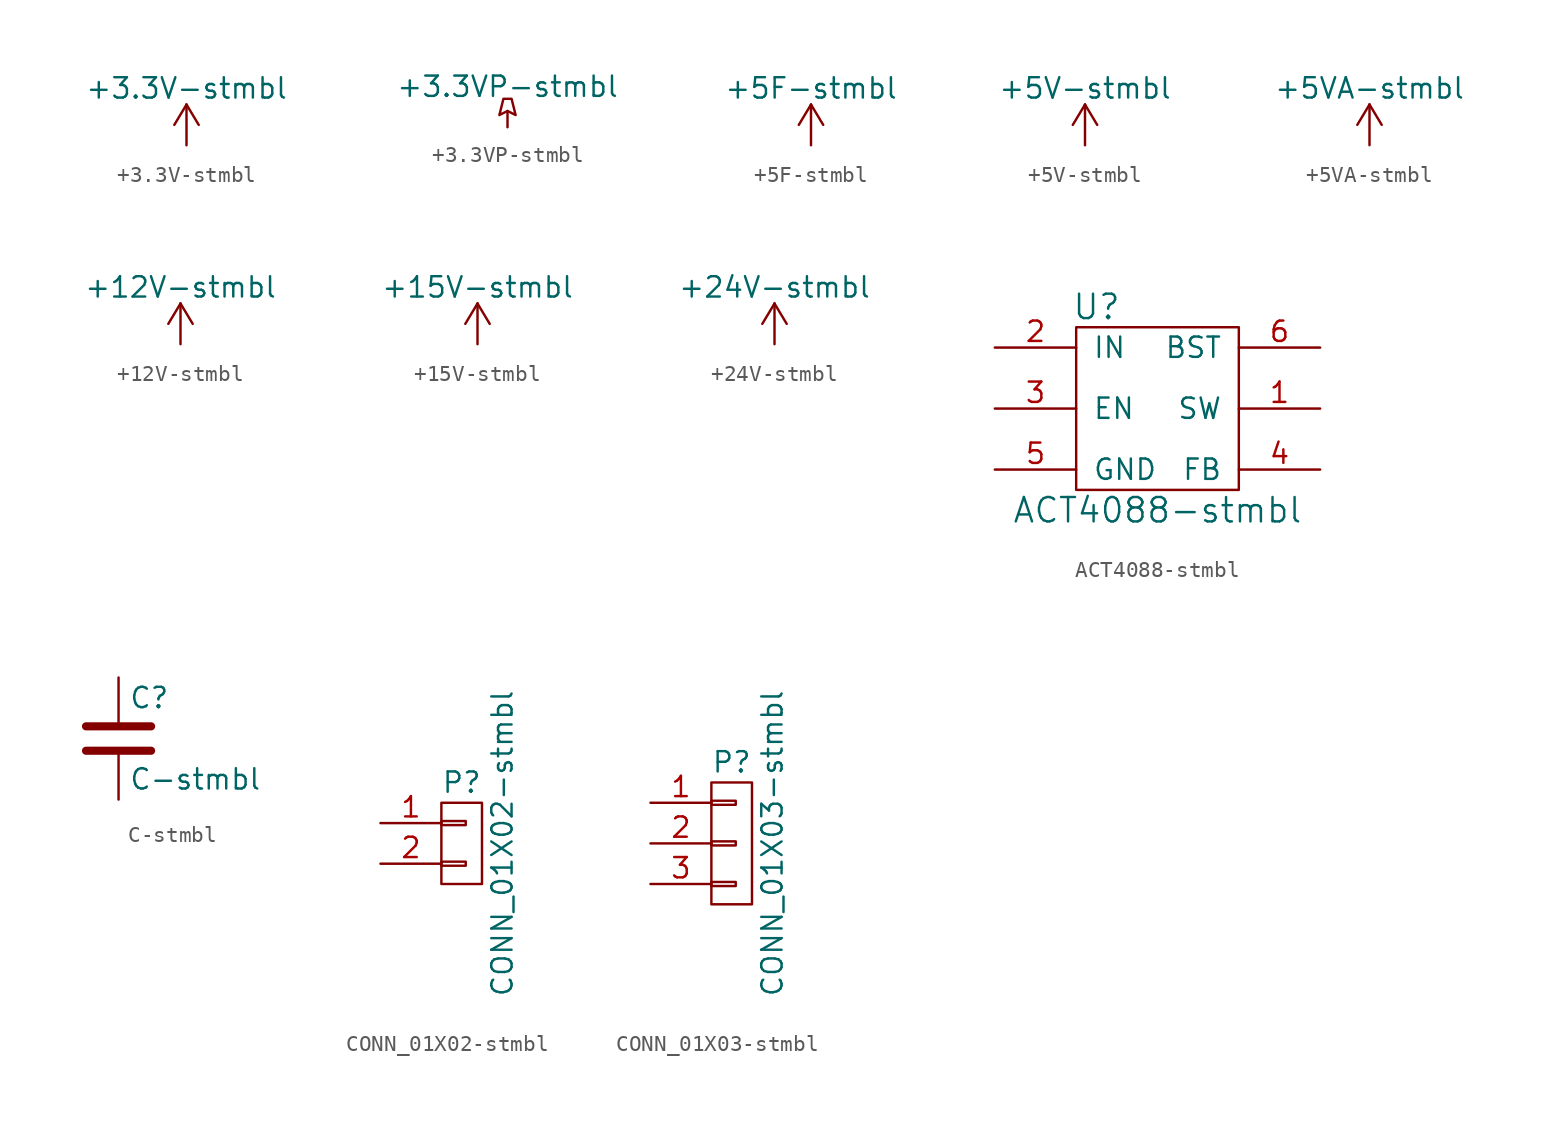
<source format=kicad_sym>
(kicad_symbol_lib
  (version 20211014)
  (generator kicad_symbol_editor)
  (symbol "+3.3V-stmbl"
    (power)
    (pin_names
      (offset 0))
    (property "Reference" "#PWR"
      (at 0 -3.81 0)
      (effects (font (size 1.27 1.27)) hide))
    (property "Value" "+3.3V-stmbl"
      (at 0 3.556 0)
      (effects (font (size 1.27 1.27))))
    (property "Footprint" ""
      (at 0 0 0)
      (effects (font (size 1.27 1.27))))
    (property "Datasheet" ""
      (at 0 0 0)
      (effects (font (size 1.27 1.27))))
    (symbol "+3.3V-stmbl_0_1"
      (polyline (pts (xy -0.762 1.27) (xy 0 2.54)) (stroke (width 0) (type default) (color 0 0 0 0)) (fill (type none)))
      (polyline (pts (xy 0 0) (xy 0 2.54)) (stroke (width 0) (type default) (color 0 0 0 0)) (fill (type none)))
      (polyline (pts (xy 0 2.54) (xy 0.762 1.27)) (stroke (width 0) (type default) (color 0 0 0 0)) (fill (type none))))
    (symbol "+3.3V-stmbl_1_1"
      (pin power_in line (at 0 0 90) (length 0) hide (name "+3V3" (effects (font (size 1.27 1.27)))) (number "1" (effects (font (size 1.27 1.27)))))))
  (symbol "+3.3VP-stmbl"
    (power)
    (pin_names
      (offset 0))
    (property "Reference" "#PWR"
      (at 3.81 -1.27 0)
      (effects (font (size 1.27 1.27)) hide))
    (property "Value" "+3.3VP-stmbl"
      (at 0 2.54 0)
      (effects (font (size 1.27 1.27))))
    (property "Footprint" ""
      (at 0 0 0)
      (effects (font (size 1.27 1.27))))
    (property "Datasheet" ""
      (at 0 0 0)
      (effects (font (size 1.27 1.27))))
    (symbol "+3.3VP-stmbl_0_0"
      (pin power_in line (at 0 0 90) (length 0) hide (name "+3.3VP" (effects (font (size 1.27 1.27)))) (number "1" (effects (font (size 1.27 1.27))))))
    (symbol "+3.3VP-stmbl_0_1"
      (polyline (pts (xy 0 0) (xy 0 1.016) (xy 0 1.016)) (stroke (width 0) (type default) (color 0 0 0 0)) (fill (type none)))
      (polyline (pts (xy 0.508 0.762) (xy 0 1.016) (xy -0.508 0.762) (xy -0.254 1.778) (xy 0.254 1.778) (xy 0.508 0.762) (xy 0.508 0.762)) (stroke (width 0) (type default) (color 0 0 0 0)) (fill (type none)))))
  (symbol "+5F-stmbl"
    (power)
    (pin_names
      (offset 0))
    (property "Reference" "#PWR"
      (at 0 -3.81 0)
      (effects (font (size 1.27 1.27)) hide))
    (property "Value" "+5F-stmbl"
      (at 0 3.556 0)
      (effects (font (size 1.27 1.27))))
    (property "Footprint" ""
      (at 0 0 0)
      (effects (font (size 1.27 1.27))))
    (property "Datasheet" ""
      (at 0 0 0)
      (effects (font (size 1.27 1.27))))
    (symbol "+5F-stmbl_0_1"
      (polyline (pts (xy -0.762 1.27) (xy 0 2.54)) (stroke (width 0) (type default) (color 0 0 0 0)) (fill (type none)))
      (polyline (pts (xy 0 0) (xy 0 2.54)) (stroke (width 0) (type default) (color 0 0 0 0)) (fill (type none)))
      (polyline (pts (xy 0 2.54) (xy 0.762 1.27)) (stroke (width 0) (type default) (color 0 0 0 0)) (fill (type none))))
    (symbol "+5F-stmbl_1_1"
      (pin power_in line (at 0 0 90) (length 0) hide (name "+5F" (effects (font (size 1.27 1.27)))) (number "1" (effects (font (size 1.27 1.27)))))))
  (symbol "+5V-stmbl"
    (power)
    (pin_names
      (offset 0))
    (property "Reference" "#PWR"
      (at 0 -3.81 0)
      (effects (font (size 1.27 1.27)) hide))
    (property "Value" "+5V-stmbl"
      (at 0 3.556 0)
      (effects (font (size 1.27 1.27))))
    (property "Footprint" ""
      (at 0 0 0)
      (effects (font (size 1.27 1.27))))
    (property "Datasheet" ""
      (at 0 0 0)
      (effects (font (size 1.27 1.27))))
    (symbol "+5V-stmbl_0_1"
      (polyline (pts (xy -0.762 1.27) (xy 0 2.54)) (stroke (width 0) (type default) (color 0 0 0 0)) (fill (type none)))
      (polyline (pts (xy 0 0) (xy 0 2.54)) (stroke (width 0) (type default) (color 0 0 0 0)) (fill (type none)))
      (polyline (pts (xy 0 2.54) (xy 0.762 1.27)) (stroke (width 0) (type default) (color 0 0 0 0)) (fill (type none))))
    (symbol "+5V-stmbl_1_1"
      (pin power_in line (at 0 0 90) (length 0) hide (name "+5V" (effects (font (size 1.27 1.27)))) (number "1" (effects (font (size 1.27 1.27)))))))
  (symbol "+5VA-stmbl"
    (power)
    (pin_names
      (offset 0))
    (property "Reference" "#PWR"
      (at 0 -3.81 0)
      (effects (font (size 1.27 1.27)) hide))
    (property "Value" "+5VA-stmbl"
      (at 0 3.556 0)
      (effects (font (size 1.27 1.27))))
    (property "Footprint" ""
      (at 0 0 0)
      (effects (font (size 1.27 1.27))))
    (property "Datasheet" ""
      (at 0 0 0)
      (effects (font (size 1.27 1.27))))
    (symbol "+5VA-stmbl_0_1"
      (polyline (pts (xy -0.762 1.27) (xy 0 2.54)) (stroke (width 0) (type default) (color 0 0 0 0)) (fill (type none)))
      (polyline (pts (xy 0 0) (xy 0 2.54)) (stroke (width 0) (type default) (color 0 0 0 0)) (fill (type none)))
      (polyline (pts (xy 0 2.54) (xy 0.762 1.27)) (stroke (width 0) (type default) (color 0 0 0 0)) (fill (type none))))
    (symbol "+5VA-stmbl_1_1"
      (pin power_in line (at 0 0 90) (length 0) hide (name "+5VA" (effects (font (size 1.27 1.27)))) (number "1" (effects (font (size 1.27 1.27)))))))
  (symbol "+12V-stmbl"
    (power)
    (pin_names
      (offset 0))
    (property "Reference" "#PWR"
      (at 0 -3.81 0)
      (effects (font (size 1.27 1.27)) hide))
    (property "Value" "+12V-stmbl"
      (at 0 3.556 0)
      (effects (font (size 1.27 1.27))))
    (property "Footprint" ""
      (at 0 0 0)
      (effects (font (size 1.27 1.27))))
    (property "Datasheet" ""
      (at 0 0 0)
      (effects (font (size 1.27 1.27))))
    (symbol "+12V-stmbl_0_1"
      (polyline (pts (xy -0.762 1.27) (xy 0 2.54)) (stroke (width 0) (type default) (color 0 0 0 0)) (fill (type none)))
      (polyline (pts (xy 0 0) (xy 0 2.54)) (stroke (width 0) (type default) (color 0 0 0 0)) (fill (type none)))
      (polyline (pts (xy 0 2.54) (xy 0.762 1.27)) (stroke (width 0) (type default) (color 0 0 0 0)) (fill (type none))))
    (symbol "+12V-stmbl_1_1"
      (pin power_in line (at 0 0 90) (length 0) hide (name "+12V" (effects (font (size 1.27 1.27)))) (number "1" (effects (font (size 1.27 1.27)))))))
  (symbol "+15V-stmbl"
    (power)
    (pin_names
      (offset 0))
    (property "Reference" "#PWR"
      (at 0 -3.81 0)
      (effects (font (size 1.27 1.27)) hide))
    (property "Value" "+15V-stmbl"
      (at 0 3.556 0)
      (effects (font (size 1.27 1.27))))
    (property "Footprint" ""
      (at 0 0 0)
      (effects (font (size 1.27 1.27))))
    (property "Datasheet" ""
      (at 0 0 0)
      (effects (font (size 1.27 1.27))))
    (symbol "+15V-stmbl_0_1"
      (polyline (pts (xy -0.762 1.27) (xy 0 2.54)) (stroke (width 0) (type default) (color 0 0 0 0)) (fill (type none)))
      (polyline (pts (xy 0 0) (xy 0 2.54)) (stroke (width 0) (type default) (color 0 0 0 0)) (fill (type none)))
      (polyline (pts (xy 0 2.54) (xy 0.762 1.27)) (stroke (width 0) (type default) (color 0 0 0 0)) (fill (type none))))
    (symbol "+15V-stmbl_1_1"
      (pin power_in line (at 0 0 90) (length 0) hide (name "+15V" (effects (font (size 1.27 1.27)))) (number "1" (effects (font (size 1.27 1.27)))))))
  (symbol "+24V-stmbl"
    (power)
    (pin_names
      (offset 0))
    (property "Reference" "#PWR"
      (at 0 -3.81 0)
      (effects (font (size 1.27 1.27)) hide))
    (property "Value" "+24V-stmbl"
      (at 0 3.556 0)
      (effects (font (size 1.27 1.27))))
    (property "Footprint" ""
      (at 0 0 0)
      (effects (font (size 1.27 1.27))))
    (property "Datasheet" ""
      (at 0 0 0)
      (effects (font (size 1.27 1.27))))
    (symbol "+24V-stmbl_0_1"
      (polyline (pts (xy -0.762 1.27) (xy 0 2.54)) (stroke (width 0) (type default) (color 0 0 0 0)) (fill (type none)))
      (polyline (pts (xy 0 0) (xy 0 2.54)) (stroke (width 0) (type default) (color 0 0 0 0)) (fill (type none)))
      (polyline (pts (xy 0 2.54) (xy 0.762 1.27)) (stroke (width 0) (type default) (color 0 0 0 0)) (fill (type none))))
    (symbol "+24V-stmbl_1_1"
      (pin power_in line (at 0 0 90) (length 0) hide (name "+24V" (effects (font (size 1.27 1.27)))) (number "1" (effects (font (size 1.27 1.27)))))))
  (symbol "ACT4088-stmbl"
    (pin_names
      (offset 1.016))
    (property "Reference" "U"
      (at -3.81 6.35 0)
      (effects (font (size 1.524 1.524))))
    (property "Value" "ACT4088-stmbl"
      (at 0 -6.35 0)
      (effects (font (size 1.524 1.524))))
    (property "Footprint" ""
      (at 0 0 0)
      (effects (font (size 1.524 1.524))))
    (property "Datasheet" ""
      (at 0 0 0)
      (effects (font (size 1.524 1.524))))
    (symbol "ACT4088-stmbl_0_1"
      (rectangle (start -5.08 5.08) (end 5.08 -5.08) (stroke (width 0) (type default) (color 0 0 0 0)) (fill (type none))))
    (symbol "ACT4088-stmbl_1_1"
      (pin power_out line (at 10.16 0 180) (length 5.08) (name "SW" (effects (font (size 1.27 1.27)))) (number "1" (effects (font (size 1.27 1.27)))))
      (pin power_in line (at -10.16 3.81 0) (length 5.08) (name "IN" (effects (font (size 1.27 1.27)))) (number "2" (effects (font (size 1.27 1.27)))))
      (pin input line (at -10.16 0 0) (length 5.08) (name "EN" (effects (font (size 1.27 1.27)))) (number "3" (effects (font (size 1.27 1.27)))))
      (pin input line (at 10.16 -3.81 180) (length 5.08) (name "FB" (effects (font (size 1.27 1.27)))) (number "4" (effects (font (size 1.27 1.27)))))
      (pin power_in line (at -10.16 -3.81 0) (length 5.08) (name "GND" (effects (font (size 1.27 1.27)))) (number "5" (effects (font (size 1.27 1.27)))))
      (pin power_in line (at 10.16 3.81 180) (length 5.08) (name "BST" (effects (font (size 1.27 1.27)))) (number "6" (effects (font (size 1.27 1.27)))))))
  (symbol "C-stmbl"
    (pin_numbers hide)
    (pin_names
      (offset 0.254))
    (property "Reference" "C"
      (at 0.635 2.54 0)
      (effects (font (size 1.27 1.27)) (justify left)))
    (property "Value" "C-stmbl"
      (at 0.635 -2.54 0)
      (effects (font (size 1.27 1.27)) (justify left)))
    (property "Footprint" ""
      (at 0.965 -3.81 0)
      (effects (font (size 1.27 1.27))))
    (property "Datasheet" ""
      (at 0 0 0)
      (effects (font (size 1.27 1.27))))
    (symbol "C-stmbl_0_1"
      (polyline (pts (xy -2.032 -0.762) (xy 2.032 -0.762)) (stroke (width 0.508) (type default) (color 0 0 0 0)) (fill (type none)))
      (polyline (pts (xy -2.032 0.762) (xy 2.032 0.762)) (stroke (width 0.508) (type default) (color 0 0 0 0)) (fill (type none))))
    (symbol "C-stmbl_1_1"
      (pin passive line (at 0 3.81 270) (length 2.794) (name "~" (effects (font (size 1.016 1.016)))) (number "1" (effects (font (size 1.016 1.016)))))
      (pin passive line (at 0 -3.81 90) (length 2.794) (name "~" (effects (font (size 1.016 1.016)))) (number "2" (effects (font (size 1.016 1.016)))))))
  (symbol "CONN_01X02-stmbl"
    (pin_names
      (offset 1.016) hide)
    (property "Reference" "P"
      (at 0 3.81 0)
      (effects (font (size 1.27 1.27))))
    (property "Value" "CONN_01X02-stmbl"
      (at 2.54 0 90)
      (effects (font (size 1.27 1.27))))
    (property "Footprint" ""
      (at 0 0 0)
      (effects (font (size 1.27 1.27))))
    (property "Datasheet" ""
      (at 0 0 0)
      (effects (font (size 1.27 1.27))))
    (symbol "CONN_01X02-stmbl_0_1"
      (rectangle (start -1.27 -1.143) (end 0.254 -1.397) (stroke (width 0) (type default) (color 0 0 0 0)) (fill (type none)))
      (rectangle (start -1.27 1.397) (end 0.254 1.143) (stroke (width 0) (type default) (color 0 0 0 0)) (fill (type none)))
      (rectangle (start -1.27 2.54) (end 1.27 -2.54) (stroke (width 0) (type default) (color 0 0 0 0)) (fill (type none))))
    (symbol "CONN_01X02-stmbl_1_1"
      (pin passive line (at -5.08 1.27 0) (length 3.81) (name "P1" (effects (font (size 1.27 1.27)))) (number "1" (effects (font (size 1.27 1.27)))))
      (pin passive line (at -5.08 -1.27 0) (length 3.81) (name "P2" (effects (font (size 1.27 1.27)))) (number "2" (effects (font (size 1.27 1.27)))))))
  (symbol "CONN_01X03-stmbl"
    (pin_names
      (offset 1.016) hide)
    (property "Reference" "P"
      (at 0 5.08 0)
      (effects (font (size 1.27 1.27))))
    (property "Value" "CONN_01X03-stmbl"
      (at 2.54 0 90)
      (effects (font (size 1.27 1.27))))
    (property "Footprint" ""
      (at 0 0 0)
      (effects (font (size 1.27 1.27))))
    (property "Datasheet" ""
      (at 0 0 0)
      (effects (font (size 1.27 1.27))))
    (symbol "CONN_01X03-stmbl_0_1"
      (rectangle (start -1.27 -2.413) (end 0.254 -2.667) (stroke (width 0) (type default) (color 0 0 0 0)) (fill (type none)))
      (rectangle (start -1.27 0.127) (end 0.254 -0.127) (stroke (width 0) (type default) (color 0 0 0 0)) (fill (type none)))
      (rectangle (start -1.27 2.667) (end 0.254 2.413) (stroke (width 0) (type default) (color 0 0 0 0)) (fill (type none)))
      (rectangle (start -1.27 3.81) (end 1.27 -3.81) (stroke (width 0) (type default) (color 0 0 0 0)) (fill (type none))))
    (symbol "CONN_01X03-stmbl_1_1"
      (pin passive line (at -5.08 2.54 0) (length 3.81) (name "P1" (effects (font (size 1.27 1.27)))) (number "1" (effects (font (size 1.27 1.27)))))
      (pin passive line (at -5.08 0 0) (length 3.81) (name "P2" (effects (font (size 1.27 1.27)))) (number "2" (effects (font (size 1.27 1.27)))))
      (pin passive line (at -5.08 -2.54 0) (length 3.81) (name "P3" (effects (font (size 1.27 1.27)))) (number "3" (effects (font (size 1.27 1.27))))))))
</source>
